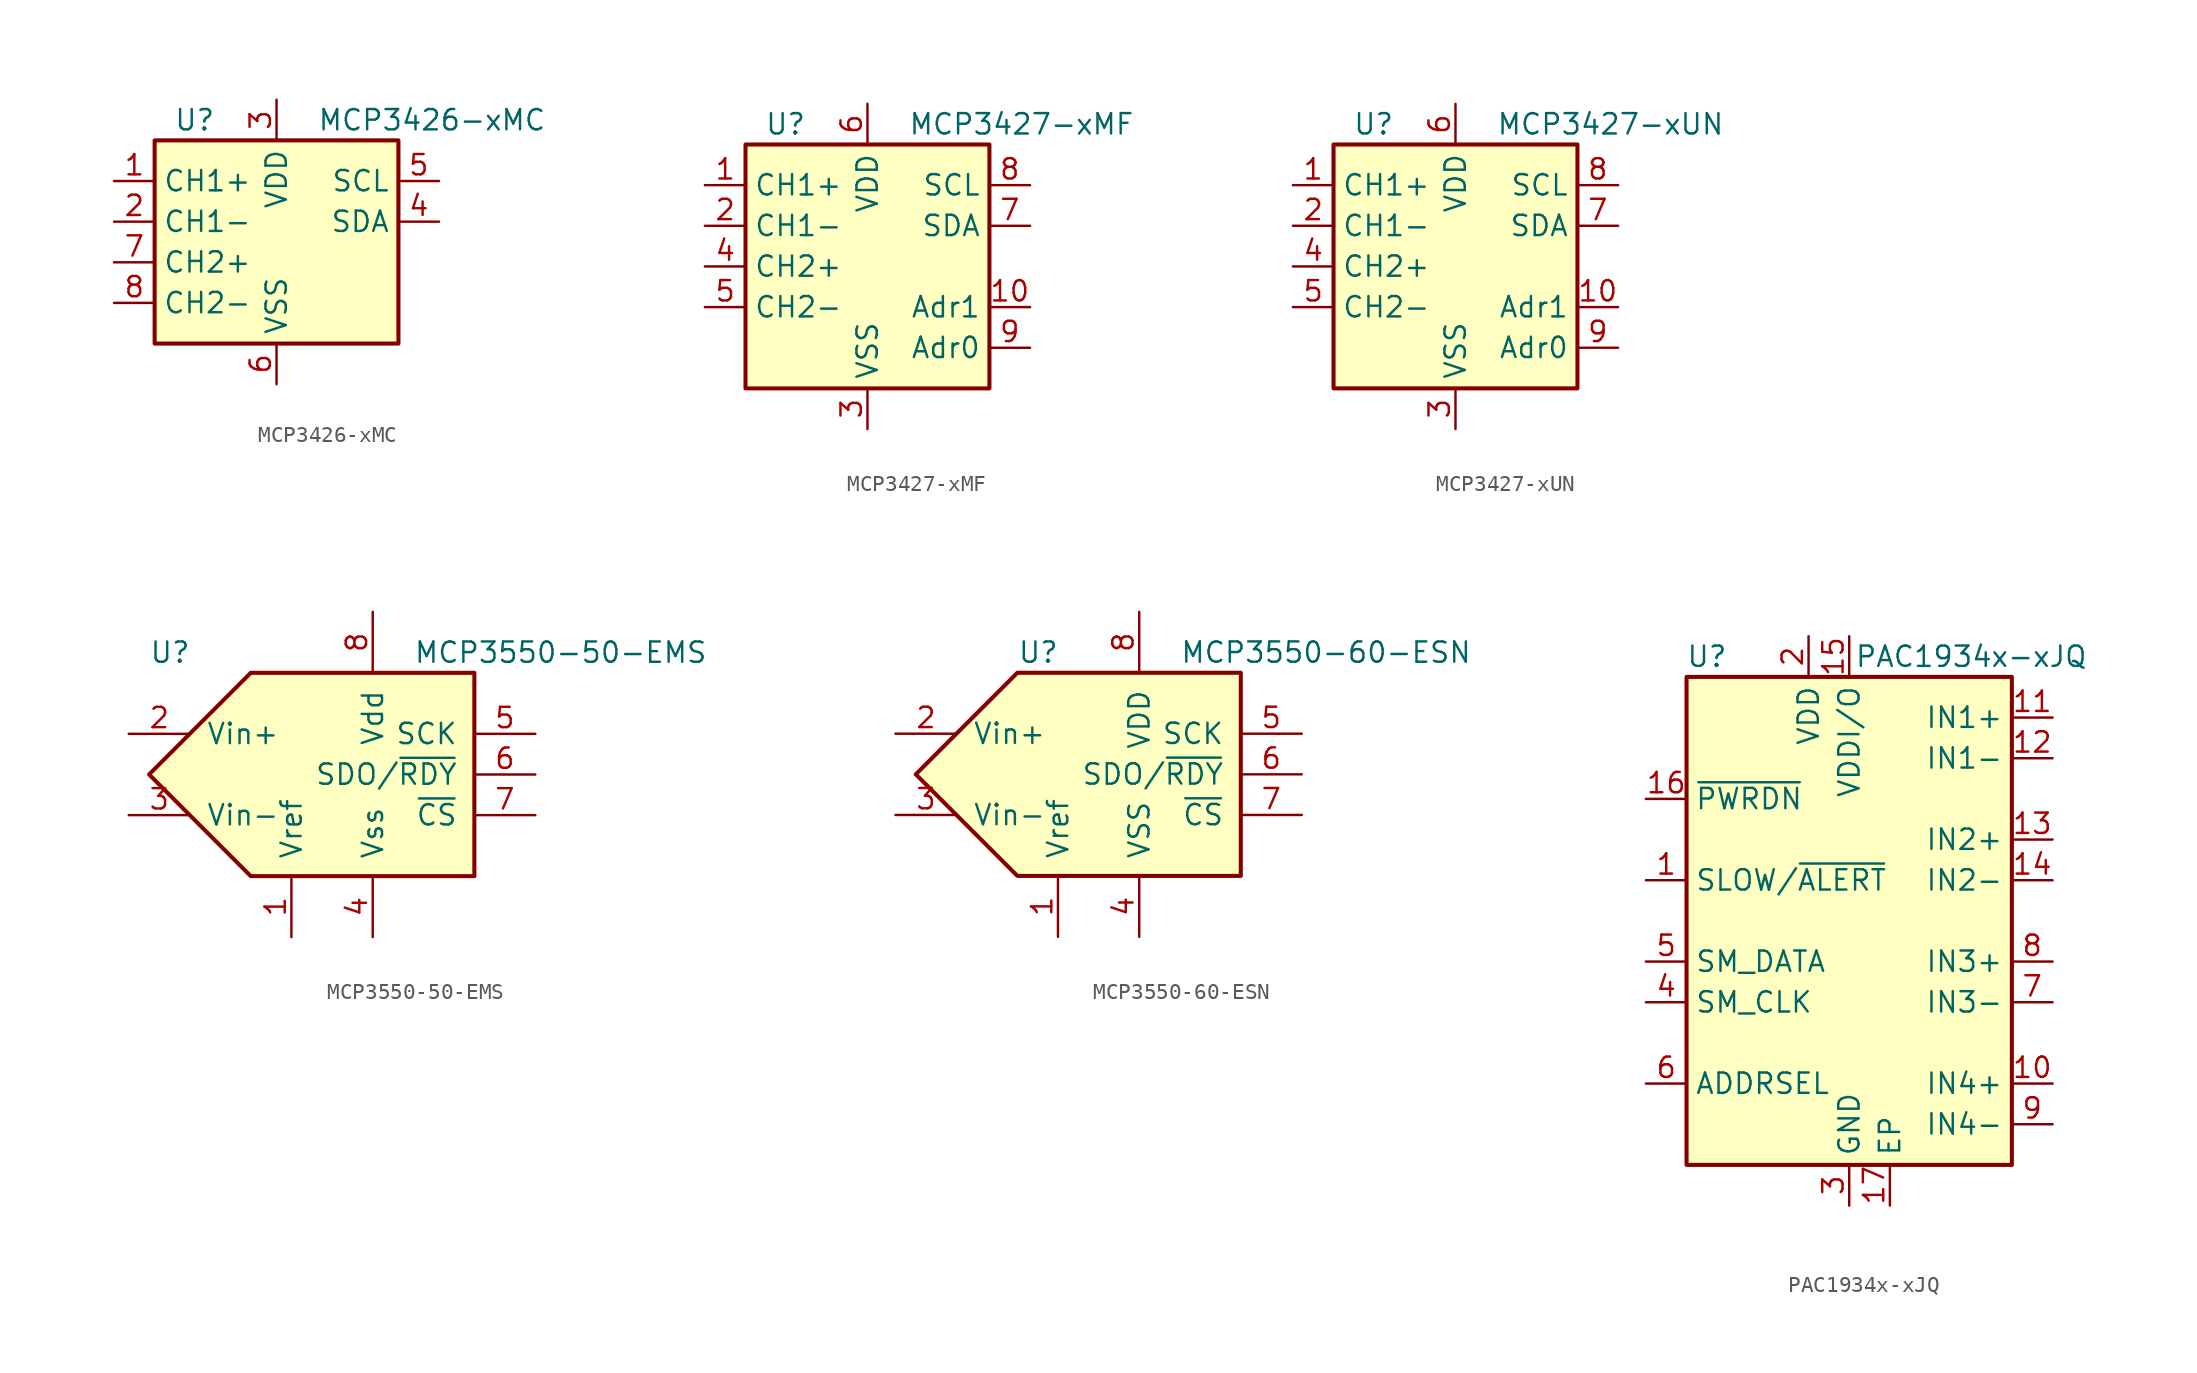
<source format=kicad_sym>
(kicad_symbol_lib
  (version 20211014)
  (generator kicad_symbol_editor)
  (symbol "MCP3426-xMC"
    (property "Reference" "U"
      (at -3.81 8.89 0)
      (effects (font (size 1.27 1.27)) (justify right)))
    (property "Value" "MCP3426-xMC"
      (at 2.54 8.89 0)
      (effects (font (size 1.27 1.27)) (justify left)))
    (symbol "MCP3426-xMC_0_1"
      (rectangle (start -7.62 7.62) (end 7.62 -5.08) (stroke (width 0.254) (type default) (color 0 0 0 0)) (fill (type background))))
    (symbol "MCP3426-xMC_1_1"
      (pin input line (at -10.16 5.08 0) (length 2.54) (name "CH1+" (effects (font (size 1.27 1.27)))) (number "1" (effects (font (size 1.27 1.27)))))
      (pin input line (at -10.16 2.54 0) (length 2.54) (name "CH1-" (effects (font (size 1.27 1.27)))) (number "2" (effects (font (size 1.27 1.27)))))
      (pin power_in line (at 0 10.16 270) (length 2.54) (name "VDD" (effects (font (size 1.27 1.27)))) (number "3" (effects (font (size 1.27 1.27)))))
      (pin bidirectional line (at 10.16 2.54 180) (length 2.54) (name "SDA" (effects (font (size 1.27 1.27)))) (number "4" (effects (font (size 1.27 1.27)))))
      (pin input line (at 10.16 5.08 180) (length 2.54) (name "SCL" (effects (font (size 1.27 1.27)))) (number "5" (effects (font (size 1.27 1.27)))))
      (pin power_in line (at 0 -7.62 90) (length 2.54) (name "VSS" (effects (font (size 1.27 1.27)))) (number "6" (effects (font (size 1.27 1.27)))))
      (pin input line (at -10.16 0 0) (length 2.54) (name "CH2+" (effects (font (size 1.27 1.27)))) (number "7" (effects (font (size 1.27 1.27)))))
      (pin input line (at -10.16 -2.54 0) (length 2.54) (name "CH2-" (effects (font (size 1.27 1.27)))) (number "8" (effects (font (size 1.27 1.27)))))
      (pin passive line (at 0 -7.62 90) (length 2.54) hide (name "VSS" (effects (font (size 1.27 1.27)))) (number "9" (effects (font (size 1.27 1.27)))))))
  (symbol "MCP3427-xMF"
    (property "Reference" "U"
      (at -3.81 8.89 0)
      (effects (font (size 1.27 1.27)) (justify right)))
    (property "Value" "MCP3427-xMF"
      (at 2.54 8.89 0)
      (effects (font (size 1.27 1.27)) (justify left)))
    (symbol "MCP3427-xMF_0_1"
      (rectangle (start -7.62 7.62) (end 7.62 -7.62) (stroke (width 0.254) (type default) (color 0 0 0 0)) (fill (type background))))
    (symbol "MCP3427-xMF_1_1"
      (pin input line (at -10.16 5.08 0) (length 2.54) (name "CH1+" (effects (font (size 1.27 1.27)))) (number "1" (effects (font (size 1.27 1.27)))))
      (pin input line (at 10.16 -2.54 180) (length 2.54) (name "Adr1" (effects (font (size 1.27 1.27)))) (number "10" (effects (font (size 1.27 1.27)))))
      (pin passive line (at 0 -10.16 90) (length 2.54) hide (name "VSS" (effects (font (size 1.27 1.27)))) (number "11" (effects (font (size 1.27 1.27)))))
      (pin input line (at -10.16 2.54 0) (length 2.54) (name "CH1-" (effects (font (size 1.27 1.27)))) (number "2" (effects (font (size 1.27 1.27)))))
      (pin power_in line (at 0 -10.16 90) (length 2.54) (name "VSS" (effects (font (size 1.27 1.27)))) (number "3" (effects (font (size 1.27 1.27)))))
      (pin input line (at -10.16 0 0) (length 2.54) (name "CH2+" (effects (font (size 1.27 1.27)))) (number "4" (effects (font (size 1.27 1.27)))))
      (pin input line (at -10.16 -2.54 0) (length 2.54) (name "CH2-" (effects (font (size 1.27 1.27)))) (number "5" (effects (font (size 1.27 1.27)))))
      (pin power_in line (at 0 10.16 270) (length 2.54) (name "VDD" (effects (font (size 1.27 1.27)))) (number "6" (effects (font (size 1.27 1.27)))))
      (pin bidirectional line (at 10.16 2.54 180) (length 2.54) (name "SDA" (effects (font (size 1.27 1.27)))) (number "7" (effects (font (size 1.27 1.27)))))
      (pin input line (at 10.16 5.08 180) (length 2.54) (name "SCL" (effects (font (size 1.27 1.27)))) (number "8" (effects (font (size 1.27 1.27)))))
      (pin input line (at 10.16 -5.08 180) (length 2.54) (name "Adr0" (effects (font (size 1.27 1.27)))) (number "9" (effects (font (size 1.27 1.27)))))))
  (symbol "MCP3427-xUN"
    (property "Reference" "U"
      (at -3.81 8.89 0)
      (effects (font (size 1.27 1.27)) (justify right)))
    (property "Value" "MCP3427-xUN"
      (at 2.54 8.89 0)
      (effects (font (size 1.27 1.27)) (justify left)))
    (symbol "MCP3427-xUN_0_1"
      (rectangle (start -7.62 7.62) (end 7.62 -7.62) (stroke (width 0.254) (type default) (color 0 0 0 0)) (fill (type background))))
    (symbol "MCP3427-xUN_1_1"
      (pin input line (at -10.16 5.08 0) (length 2.54) (name "CH1+" (effects (font (size 1.27 1.27)))) (number "1" (effects (font (size 1.27 1.27)))))
      (pin input line (at 10.16 -2.54 180) (length 2.54) (name "Adr1" (effects (font (size 1.27 1.27)))) (number "10" (effects (font (size 1.27 1.27)))))
      (pin input line (at -10.16 2.54 0) (length 2.54) (name "CH1-" (effects (font (size 1.27 1.27)))) (number "2" (effects (font (size 1.27 1.27)))))
      (pin power_in line (at 0 -10.16 90) (length 2.54) (name "VSS" (effects (font (size 1.27 1.27)))) (number "3" (effects (font (size 1.27 1.27)))))
      (pin input line (at -10.16 0 0) (length 2.54) (name "CH2+" (effects (font (size 1.27 1.27)))) (number "4" (effects (font (size 1.27 1.27)))))
      (pin input line (at -10.16 -2.54 0) (length 2.54) (name "CH2-" (effects (font (size 1.27 1.27)))) (number "5" (effects (font (size 1.27 1.27)))))
      (pin power_in line (at 0 10.16 270) (length 2.54) (name "VDD" (effects (font (size 1.27 1.27)))) (number "6" (effects (font (size 1.27 1.27)))))
      (pin bidirectional line (at 10.16 2.54 180) (length 2.54) (name "SDA" (effects (font (size 1.27 1.27)))) (number "7" (effects (font (size 1.27 1.27)))))
      (pin input line (at 10.16 5.08 180) (length 2.54) (name "SCL" (effects (font (size 1.27 1.27)))) (number "8" (effects (font (size 1.27 1.27)))))
      (pin input line (at 10.16 -5.08 180) (length 2.54) (name "Adr0" (effects (font (size 1.27 1.27)))) (number "9" (effects (font (size 1.27 1.27)))))))
  (symbol "MCP3550-50-EMS"
    (pin_names
      (offset 1.016))
    (property "Reference" "U"
      (at -11.43 7.62 0)
      (effects (font (size 1.27 1.27)) (justify left)))
    (property "Value" "MCP3550-50-EMS"
      (at 5.08 7.62 0)
      (effects (font (size 1.27 1.27)) (justify left)))
    (symbol "MCP3550-50-EMS_0_1"
      (polyline (pts (xy -5.08 6.35) (xy 8.89 6.35) (xy 8.89 0) (xy 8.89 -6.35) (xy -5.08 -6.35) (xy -11.43 0) (xy -5.08 6.35)) (stroke (width 0.254) (type default) (color 0 0 0 0)) (fill (type background))))
    (symbol "MCP3550-50-EMS_1_1"
      (pin input line (at -2.54 -10.16 90) (length 3.81) (name "Vref" (effects (font (size 1.27 1.27)))) (number "1" (effects (font (size 1.27 1.27)))))
      (pin passive line (at -12.7 2.54 0) (length 3.81) (name "Vin+" (effects (font (size 1.27 1.27)))) (number "2" (effects (font (size 1.27 1.27)))))
      (pin passive line (at -12.7 -2.54 0) (length 3.81) (name "Vin-" (effects (font (size 1.27 1.27)))) (number "3" (effects (font (size 1.27 1.27)))))
      (pin power_in line (at 2.54 -10.16 90) (length 3.81) (name "Vss" (effects (font (size 1.27 1.27)))) (number "4" (effects (font (size 1.27 1.27)))))
      (pin input line (at 12.7 2.54 180) (length 3.81) (name "SCK" (effects (font (size 1.27 1.27)))) (number "5" (effects (font (size 1.27 1.27)))))
      (pin output line (at 12.7 0 180) (length 3.81) (name "SDO/~{RDY}" (effects (font (size 1.27 1.27)))) (number "6" (effects (font (size 1.27 1.27)))))
      (pin input line (at 12.7 -2.54 180) (length 3.81) (name "~{CS}" (effects (font (size 1.27 1.27)))) (number "7" (effects (font (size 1.27 1.27)))))
      (pin power_in line (at 2.54 10.16 270) (length 3.81) (name "Vdd" (effects (font (size 1.27 1.27)))) (number "8" (effects (font (size 1.27 1.27)))))))
  (symbol "MCP3550-60-ESN"
    (pin_names
      (offset 1.016))
    (property "Reference" "U"
      (at -5.08 7.62 0)
      (effects (font (size 1.27 1.27)) (justify left)))
    (property "Value" "MCP3550-60-ESN"
      (at 5.08 7.62 0)
      (effects (font (size 1.27 1.27)) (justify left)))
    (symbol "MCP3550-60-ESN_0_1"
      (polyline (pts (xy -5.08 6.35) (xy 8.89 6.35) (xy 8.89 0) (xy 8.89 -6.35) (xy -5.08 -6.35) (xy -11.43 0) (xy -5.08 6.35)) (stroke (width 0.254) (type default) (color 0 0 0 0)) (fill (type background))))
    (symbol "MCP3550-60-ESN_1_1"
      (pin input line (at -2.54 -10.16 90) (length 3.81) (name "Vref" (effects (font (size 1.27 1.27)))) (number "1" (effects (font (size 1.27 1.27)))))
      (pin passive line (at -12.7 2.54 0) (length 3.81) (name "Vin+" (effects (font (size 1.27 1.27)))) (number "2" (effects (font (size 1.27 1.27)))))
      (pin passive line (at -12.7 -2.54 0) (length 3.81) (name "Vin-" (effects (font (size 1.27 1.27)))) (number "3" (effects (font (size 1.27 1.27)))))
      (pin power_in line (at 2.54 -10.16 90) (length 3.81) (name "VSS" (effects (font (size 1.27 1.27)))) (number "4" (effects (font (size 1.27 1.27)))))
      (pin input line (at 12.7 2.54 180) (length 3.81) (name "SCK" (effects (font (size 1.27 1.27)))) (number "5" (effects (font (size 1.27 1.27)))))
      (pin output line (at 12.7 0 180) (length 3.81) (name "SDO/~{RDY}" (effects (font (size 1.27 1.27)))) (number "6" (effects (font (size 1.27 1.27)))))
      (pin input line (at 12.7 -2.54 180) (length 3.81) (name "~{CS}" (effects (font (size 1.27 1.27)))) (number "7" (effects (font (size 1.27 1.27)))))
      (pin power_in line (at 2.54 10.16 270) (length 3.81) (name "VDD" (effects (font (size 1.27 1.27)))) (number "8" (effects (font (size 1.27 1.27)))))))
  (symbol "PAC1934x-xJQ"
    (property "Reference" "U"
      (at -8.89 16.51 0)
      (effects (font (size 1.27 1.27))))
    (property "Value" "PAC1934x-xJQ"
      (at 7.62 16.51 0)
      (effects (font (size 1.27 1.27))))
    (symbol "PAC1934x-xJQ_0_1"
      (rectangle (start -10.16 15.24) (end 10.16 -15.24) (stroke (width 0.254) (type default) (color 0 0 0 0)) (fill (type background))))
    (symbol "PAC1934x-xJQ_1_1"
      (pin open_collector line (at -12.7 2.54 0) (length 2.54) (name "SLOW/~{ALERT}" (effects (font (size 1.27 1.27)))) (number "1" (effects (font (size 1.27 1.27)))))
      (pin input line (at 12.7 -10.16 180) (length 2.54) (name "IN4+" (effects (font (size 1.27 1.27)))) (number "10" (effects (font (size 1.27 1.27)))))
      (pin input line (at 12.7 12.7 180) (length 2.54) (name "IN1+" (effects (font (size 1.27 1.27)))) (number "11" (effects (font (size 1.27 1.27)))))
      (pin input line (at 12.7 10.16 180) (length 2.54) (name "IN1-" (effects (font (size 1.27 1.27)))) (number "12" (effects (font (size 1.27 1.27)))))
      (pin input line (at 12.7 5.08 180) (length 2.54) (name "IN2+" (effects (font (size 1.27 1.27)))) (number "13" (effects (font (size 1.27 1.27)))))
      (pin input line (at 12.7 2.54 180) (length 2.54) (name "IN2-" (effects (font (size 1.27 1.27)))) (number "14" (effects (font (size 1.27 1.27)))))
      (pin power_in line (at 0 17.78 270) (length 2.54) (name "VDDI/O" (effects (font (size 1.27 1.27)))) (number "15" (effects (font (size 1.27 1.27)))))
      (pin input line (at -12.7 7.62 0) (length 2.54) (name "~{PWRDN}" (effects (font (size 1.27 1.27)))) (number "16" (effects (font (size 1.27 1.27)))))
      (pin power_in line (at 2.54 -17.78 90) (length 2.54) (name "EP" (effects (font (size 1.27 1.27)))) (number "17" (effects (font (size 1.27 1.27)))))
      (pin power_in line (at -2.54 17.78 270) (length 2.54) (name "VDD" (effects (font (size 1.27 1.27)))) (number "2" (effects (font (size 1.27 1.27)))))
      (pin power_in line (at 0 -17.78 90) (length 2.54) (name "GND" (effects (font (size 1.27 1.27)))) (number "3" (effects (font (size 1.27 1.27)))))
      (pin input line (at -12.7 -5.08 0) (length 2.54) (name "SM_CLK" (effects (font (size 1.27 1.27)))) (number "4" (effects (font (size 1.27 1.27)))))
      (pin bidirectional line (at -12.7 -2.54 0) (length 2.54) (name "SM_DATA" (effects (font (size 1.27 1.27)))) (number "5" (effects (font (size 1.27 1.27)))))
      (pin passive line (at -12.7 -10.16 0) (length 2.54) (name "ADDRSEL" (effects (font (size 1.27 1.27)))) (number "6" (effects (font (size 1.27 1.27)))))
      (pin input line (at 12.7 -5.08 180) (length 2.54) (name "IN3-" (effects (font (size 1.27 1.27)))) (number "7" (effects (font (size 1.27 1.27)))))
      (pin input line (at 12.7 -2.54 180) (length 2.54) (name "IN3+" (effects (font (size 1.27 1.27)))) (number "8" (effects (font (size 1.27 1.27)))))
      (pin input line (at 12.7 -12.7 180) (length 2.54) (name "IN4-" (effects (font (size 1.27 1.27)))) (number "9" (effects (font (size 1.27 1.27))))))))
</source>
